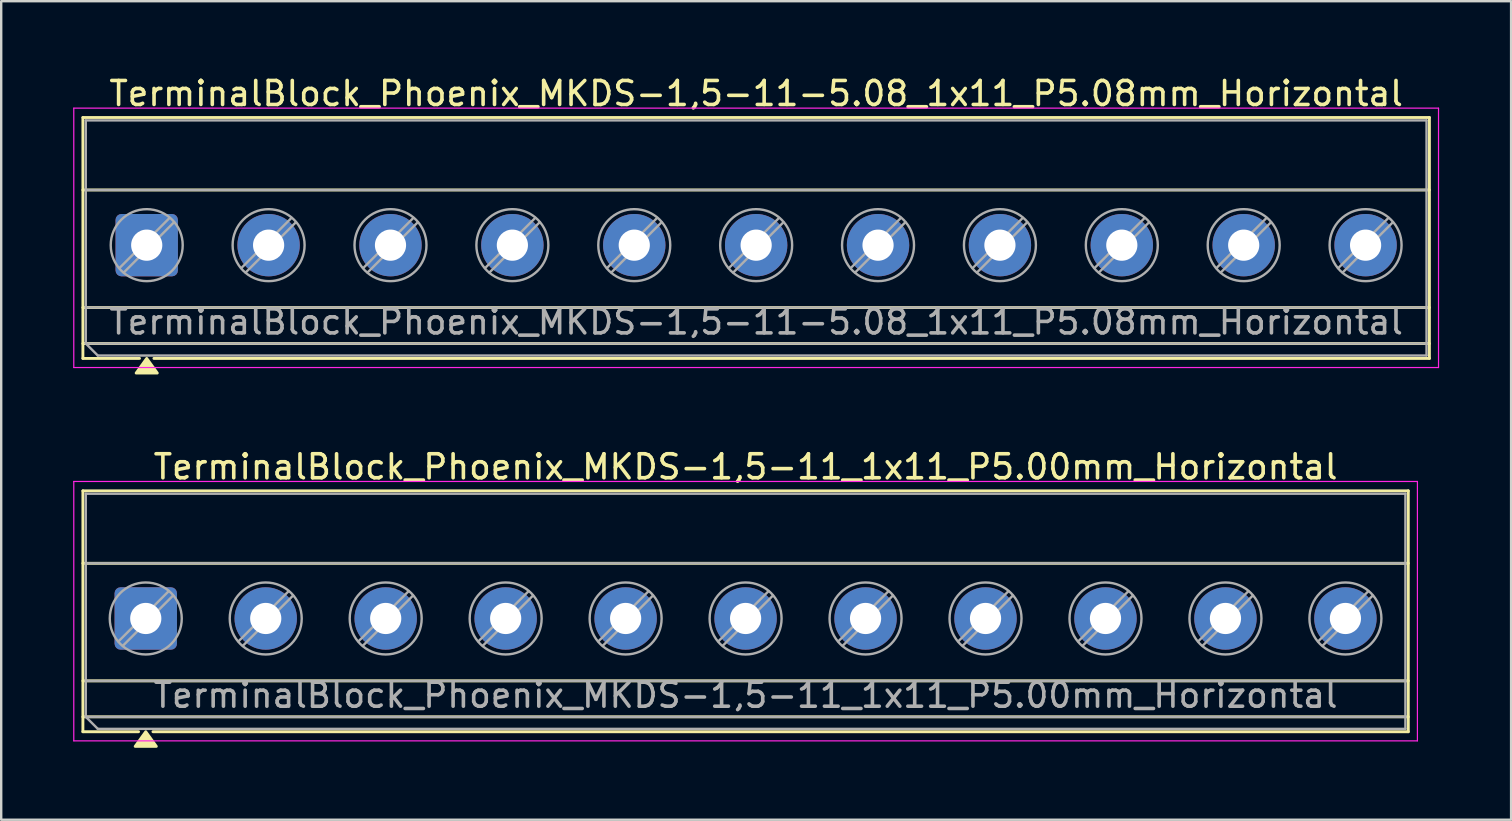
<source format=kicad_pcb>
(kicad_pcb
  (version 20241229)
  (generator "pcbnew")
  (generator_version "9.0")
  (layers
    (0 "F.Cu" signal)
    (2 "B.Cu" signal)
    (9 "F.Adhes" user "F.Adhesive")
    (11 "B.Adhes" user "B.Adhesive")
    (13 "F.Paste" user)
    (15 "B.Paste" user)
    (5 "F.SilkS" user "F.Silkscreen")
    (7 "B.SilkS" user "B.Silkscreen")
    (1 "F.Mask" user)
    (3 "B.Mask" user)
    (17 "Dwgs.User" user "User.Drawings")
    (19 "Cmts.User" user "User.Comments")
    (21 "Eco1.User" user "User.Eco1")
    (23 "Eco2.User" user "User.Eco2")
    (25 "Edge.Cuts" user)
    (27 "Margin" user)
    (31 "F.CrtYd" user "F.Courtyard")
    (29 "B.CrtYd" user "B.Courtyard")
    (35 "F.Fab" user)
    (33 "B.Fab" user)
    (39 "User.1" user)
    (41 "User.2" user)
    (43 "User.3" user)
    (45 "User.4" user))
  (footprint "TerminalBlock_Phoenix_MKDS-1,5-11_1x11_P5.00mm_Horizontal"
    (layer "F.Cu")
    (at 3.025 22.727)
    (property "Reference" "TerminalBlock_Phoenix_MKDS-1,5-11_1x11_P5.00mm_Horizontal" (at 25 -6.32 0) (layer "F.SilkS") (effects (font (size 1 1) (thickness 0.15))))
    (attr through_hole)
    (fp_line (start -2.62 -5.32) (end -2.62 4.72) (stroke (width 0.12) (type solid)) (layer "F.SilkS"))
    (fp_line (start -2.62 -5.32) (end 52.62 -5.32) (stroke (width 0.12) (type solid)) (layer "F.SilkS"))
    (fp_line (start -2.62 -2.3) (end 52.62 -2.3) (stroke (width 0.12) (type solid)) (layer "F.SilkS"))
    (fp_line (start -2.62 2.6) (end 52.62 2.6) (stroke (width 0.12) (type solid)) (layer "F.SilkS"))
    (fp_line (start -2.62 4.1) (end 52.62 4.1) (stroke (width 0.12) (type solid)) (layer "F.SilkS"))
    (fp_line (start -2.62 4.72) (end -0.3 4.72) (stroke (width 0.12) (type solid)) (layer "F.SilkS"))
    (fp_line (start 0.3 4.72) (end 52.62 4.72) (stroke (width 0.12) (type solid)) (layer "F.SilkS"))
    (fp_line (start 52.62 -5.32) (end 52.62 4.72) (stroke (width 0.12) (type solid)) (layer "F.SilkS"))
    (fp_poly (pts (xy 0 4.72) (xy 0.44 5.33) (xy -0.44 5.33)) (stroke (width 0.12) (type solid)) (fill yes) (layer "F.SilkS"))
    (fp_line (start -3 -5.71) (end -3 5.1) (stroke (width 0.05) (type solid)) (layer "F.CrtYd"))
    (fp_line (start -3 5.1) (end 53 5.1) (stroke (width 0.05) (type solid)) (layer "F.CrtYd"))
    (fp_line (start 53 -5.71) (end -3 -5.71) (stroke (width 0.05) (type solid)) (layer "F.CrtYd"))
    (fp_line (start 53 5.1) (end 53 -5.71) (stroke (width 0.05) (type solid)) (layer "F.CrtYd"))
    (fp_line (start -2.5 -5.2) (end 52.5 -5.2) (stroke (width 0.1) (type solid)) (layer "F.Fab"))
    (fp_line (start -2.5 -2.3) (end 52.5 -2.3) (stroke (width 0.1) (type solid)) (layer "F.Fab"))
    (fp_line (start -2.5 2.6) (end 52.5 2.6) (stroke (width 0.1) (type solid)) (layer "F.Fab"))
    (fp_line (start -2.5 4.1) (end -2.5 -5.2) (stroke (width 0.1) (type solid)) (layer "F.Fab"))
    (fp_line (start -2.5 4.1) (end 52.5 4.1) (stroke (width 0.1) (type solid)) (layer "F.Fab"))
    (fp_line (start -2 4.6) (end -2.5 4.1) (stroke (width 0.1) (type solid)) (layer "F.Fab"))
    (fp_line (start 0.955 -1.138) (end -1.138 0.955) (stroke (width 0.1) (type solid)) (layer "F.Fab"))
    (fp_line (start 1.138 -0.955) (end -0.955 1.138) (stroke (width 0.1) (type solid)) (layer "F.Fab"))
    (fp_line (start 5.955 -1.138) (end 3.862 0.955) (stroke (width 0.1) (type solid)) (layer "F.Fab"))
    (fp_line (start 6.138 -0.955) (end 4.045 1.138) (stroke (width 0.1) (type solid)) (layer "F.Fab"))
    (fp_line (start 10.955 -1.138) (end 8.862 0.955) (stroke (width 0.1) (type solid)) (layer "F.Fab"))
    (fp_line (start 11.138 -0.955) (end 9.045 1.138) (stroke (width 0.1) (type solid)) (layer "F.Fab"))
    (fp_line (start 15.955 -1.138) (end 13.862 0.955) (stroke (width 0.1) (type solid)) (layer "F.Fab"))
    (fp_line (start 16.138 -0.955) (end 14.045 1.138) (stroke (width 0.1) (type solid)) (layer "F.Fab"))
    (fp_line (start 20.955 -1.138) (end 18.862 0.955) (stroke (width 0.1) (type solid)) (layer "F.Fab"))
    (fp_line (start 21.138 -0.955) (end 19.045 1.138) (stroke (width 0.1) (type solid)) (layer "F.Fab"))
    (fp_line (start 25.955 -1.138) (end 23.862 0.955) (stroke (width 0.1) (type solid)) (layer "F.Fab"))
    (fp_line (start 26.138 -0.955) (end 24.045 1.138) (stroke (width 0.1) (type solid)) (layer "F.Fab"))
    (fp_line (start 30.955 -1.138) (end 28.862 0.955) (stroke (width 0.1) (type solid)) (layer "F.Fab"))
    (fp_line (start 31.138 -0.955) (end 29.045 1.138) (stroke (width 0.1) (type solid)) (layer "F.Fab"))
    (fp_line (start 35.955 -1.138) (end 33.862 0.955) (stroke (width 0.1) (type solid)) (layer "F.Fab"))
    (fp_line (start 36.138 -0.955) (end 34.045 1.138) (stroke (width 0.1) (type solid)) (layer "F.Fab"))
    (fp_line (start 40.955 -1.138) (end 38.862 0.955) (stroke (width 0.1) (type solid)) (layer "F.Fab"))
    (fp_line (start 41.138 -0.955) (end 39.045 1.138) (stroke (width 0.1) (type solid)) (layer "F.Fab"))
    (fp_line (start 45.955 -1.138) (end 43.862 0.955) (stroke (width 0.1) (type solid)) (layer "F.Fab"))
    (fp_line (start 46.138 -0.955) (end 44.045 1.138) (stroke (width 0.1) (type solid)) (layer "F.Fab"))
    (fp_line (start 50.955 -1.138) (end 48.862 0.955) (stroke (width 0.1) (type solid)) (layer "F.Fab"))
    (fp_line (start 51.138 -0.955) (end 49.045 1.138) (stroke (width 0.1) (type solid)) (layer "F.Fab"))
    (fp_line (start 52.5 -5.2) (end 52.5 4.6) (stroke (width 0.1) (type solid)) (layer "F.Fab"))
    (fp_line (start 52.5 4.6) (end -2 4.6) (stroke (width 0.1) (type solid)) (layer "F.Fab"))
    (fp_circle (center 0 0) (end 1.5 0) (stroke (width 0.1) (type solid)) (fill no) (layer "F.Fab"))
    (fp_circle (center 5 0) (end 6.5 0) (stroke (width 0.1) (type solid)) (fill no) (layer "F.Fab"))
    (fp_circle (center 10 0) (end 11.5 0) (stroke (width 0.1) (type solid)) (fill no) (layer "F.Fab"))
    (fp_circle (center 15 0) (end 16.5 0) (stroke (width 0.1) (type solid)) (fill no) (layer "F.Fab"))
    (fp_circle (center 20 0) (end 21.5 0) (stroke (width 0.1) (type solid)) (fill no) (layer "F.Fab"))
    (fp_circle (center 25 0) (end 26.5 0) (stroke (width 0.1) (type solid)) (fill no) (layer "F.Fab"))
    (fp_circle (center 30 0) (end 31.5 0) (stroke (width 0.1) (type solid)) (fill no) (layer "F.Fab"))
    (fp_circle (center 35 0) (end 36.5 0) (stroke (width 0.1) (type solid)) (fill no) (layer "F.Fab"))
    (fp_circle (center 40 0) (end 41.5 0) (stroke (width 0.1) (type solid)) (fill no) (layer "F.Fab"))
    (fp_circle (center 45 0) (end 46.5 0) (stroke (width 0.1) (type solid)) (fill no) (layer "F.Fab"))
    (fp_circle (center 50 0) (end 51.5 0) (stroke (width 0.1) (type solid)) (fill no) (layer "F.Fab"))
    (fp_text user "${REFERENCE}" (at 25 3.2 0) (layer "F.Fab") (effects (font (size 1 1) (thickness 0.15))))
    (pad "1" thru_hole roundrect (at 0 0) (size 2.6 2.6) (drill 1.3) (layers "*.Cu" "*.Mask") (roundrect_rratio 0.096))
    (pad "2" thru_hole circle (at 5 0) (size 2.6 2.6) (drill 1.3) (layers "*.Cu" "*.Mask"))
    (pad "3" thru_hole circle (at 10 0) (size 2.6 2.6) (drill 1.3) (layers "*.Cu" "*.Mask"))
    (pad "4" thru_hole circle (at 15 0) (size 2.6 2.6) (drill 1.3) (layers "*.Cu" "*.Mask"))
    (pad "5" thru_hole circle (at 20 0) (size 2.6 2.6) (drill 1.3) (layers "*.Cu" "*.Mask"))
    (pad "6" thru_hole circle (at 25 0) (size 2.6 2.6) (drill 1.3) (layers "*.Cu" "*.Mask"))
    (pad "7" thru_hole circle (at 30 0) (size 2.6 2.6) (drill 1.3) (layers "*.Cu" "*.Mask"))
    (pad "8" thru_hole circle (at 35 0) (size 2.6 2.6) (drill 1.3) (layers "*.Cu" "*.Mask"))
    (pad "9" thru_hole circle (at 40 0) (size 2.6 2.6) (drill 1.3) (layers "*.Cu" "*.Mask"))
    (pad "10" thru_hole circle (at 45 0) (size 2.6 2.6) (drill 1.3) (layers "*.Cu" "*.Mask"))
    (pad "11" thru_hole circle (at 50 0) (size 2.6 2.6) (drill 1.3) (layers "*.Cu" "*.Mask")))
  (footprint "TerminalBlock_Phoenix_MKDS-1,5-11-5.08_1x11_P5.08mm_Horizontal"
    (layer "F.Cu")
    (at 3.065 7.168)
    (property "Reference" "TerminalBlock_Phoenix_MKDS-1,5-11-5.08_1x11_P5.08mm_Horizontal" (at 25.4 -6.32 0) (layer "F.SilkS") (effects (font (size 1 1) (thickness 0.15))))
    (attr through_hole)
    (fp_line (start -2.66 -5.32) (end -2.66 4.72) (stroke (width 0.12) (type solid)) (layer "F.SilkS"))
    (fp_line (start -2.66 -5.32) (end 53.46 -5.32) (stroke (width 0.12) (type solid)) (layer "F.SilkS"))
    (fp_line (start -2.66 -2.3) (end 53.46 -2.3) (stroke (width 0.12) (type solid)) (layer "F.SilkS"))
    (fp_line (start -2.66 2.6) (end 53.46 2.6) (stroke (width 0.12) (type solid)) (layer "F.SilkS"))
    (fp_line (start -2.66 4.1) (end 53.46 4.1) (stroke (width 0.12) (type solid)) (layer "F.SilkS"))
    (fp_line (start -2.66 4.72) (end -0.3 4.72) (stroke (width 0.12) (type solid)) (layer "F.SilkS"))
    (fp_line (start 0.3 4.72) (end 53.46 4.72) (stroke (width 0.12) (type solid)) (layer "F.SilkS"))
    (fp_line (start 53.46 -5.32) (end 53.46 4.72) (stroke (width 0.12) (type solid)) (layer "F.SilkS"))
    (fp_poly (pts (xy 0 4.72) (xy 0.44 5.33) (xy -0.44 5.33)) (stroke (width 0.12) (type solid)) (fill yes) (layer "F.SilkS"))
    (fp_line (start -3.04 -5.71) (end -3.04 5.1) (stroke (width 0.05) (type solid)) (layer "F.CrtYd"))
    (fp_line (start -3.04 5.1) (end 53.84 5.1) (stroke (width 0.05) (type solid)) (layer "F.CrtYd"))
    (fp_line (start 53.84 -5.71) (end -3.04 -5.71) (stroke (width 0.05) (type solid)) (layer "F.CrtYd"))
    (fp_line (start 53.84 5.1) (end 53.84 -5.71) (stroke (width 0.05) (type solid)) (layer "F.CrtYd"))
    (fp_line (start -2.54 -5.2) (end 53.34 -5.2) (stroke (width 0.1) (type solid)) (layer "F.Fab"))
    (fp_line (start -2.54 -2.3) (end 53.34 -2.3) (stroke (width 0.1) (type solid)) (layer "F.Fab"))
    (fp_line (start -2.54 2.6) (end 53.34 2.6) (stroke (width 0.1) (type solid)) (layer "F.Fab"))
    (fp_line (start -2.54 4.1) (end -2.54 -5.2) (stroke (width 0.1) (type solid)) (layer "F.Fab"))
    (fp_line (start -2.54 4.1) (end 53.34 4.1) (stroke (width 0.1) (type solid)) (layer "F.Fab"))
    (fp_line (start -2.04 4.6) (end -2.54 4.1) (stroke (width 0.1) (type solid)) (layer "F.Fab"))
    (fp_line (start 0.955 -1.138) (end -1.138 0.955) (stroke (width 0.1) (type solid)) (layer "F.Fab"))
    (fp_line (start 1.138 -0.955) (end -0.955 1.138) (stroke (width 0.1) (type solid)) (layer "F.Fab"))
    (fp_line (start 6.035 -1.138) (end 3.942 0.955) (stroke (width 0.1) (type solid)) (layer "F.Fab"))
    (fp_line (start 6.218 -0.955) (end 4.125 1.138) (stroke (width 0.1) (type solid)) (layer "F.Fab"))
    (fp_line (start 11.115 -1.138) (end 9.022 0.955) (stroke (width 0.1) (type solid)) (layer "F.Fab"))
    (fp_line (start 11.298 -0.955) (end 9.205 1.138) (stroke (width 0.1) (type solid)) (layer "F.Fab"))
    (fp_line (start 16.195 -1.138) (end 14.102 0.955) (stroke (width 0.1) (type solid)) (layer "F.Fab"))
    (fp_line (start 16.378 -0.955) (end 14.285 1.138) (stroke (width 0.1) (type solid)) (layer "F.Fab"))
    (fp_line (start 21.275 -1.138) (end 19.182 0.955) (stroke (width 0.1) (type solid)) (layer "F.Fab"))
    (fp_line (start 21.458 -0.955) (end 19.365 1.138) (stroke (width 0.1) (type solid)) (layer "F.Fab"))
    (fp_line (start 26.355 -1.138) (end 24.262 0.955) (stroke (width 0.1) (type solid)) (layer "F.Fab"))
    (fp_line (start 26.538 -0.955) (end 24.445 1.138) (stroke (width 0.1) (type solid)) (layer "F.Fab"))
    (fp_line (start 31.435 -1.138) (end 29.342 0.955) (stroke (width 0.1) (type solid)) (layer "F.Fab"))
    (fp_line (start 31.618 -0.955) (end 29.525 1.138) (stroke (width 0.1) (type solid)) (layer "F.Fab"))
    (fp_line (start 36.515 -1.138) (end 34.422 0.955) (stroke (width 0.1) (type solid)) (layer "F.Fab"))
    (fp_line (start 36.698 -0.955) (end 34.605 1.138) (stroke (width 0.1) (type solid)) (layer "F.Fab"))
    (fp_line (start 41.595 -1.138) (end 39.502 0.955) (stroke (width 0.1) (type solid)) (layer "F.Fab"))
    (fp_line (start 41.778 -0.955) (end 39.685 1.138) (stroke (width 0.1) (type solid)) (layer "F.Fab"))
    (fp_line (start 46.675 -1.138) (end 44.582 0.955) (stroke (width 0.1) (type solid)) (layer "F.Fab"))
    (fp_line (start 46.858 -0.955) (end 44.765 1.138) (stroke (width 0.1) (type solid)) (layer "F.Fab"))
    (fp_line (start 51.755 -1.138) (end 49.662 0.955) (stroke (width 0.1) (type solid)) (layer "F.Fab"))
    (fp_line (start 51.938 -0.955) (end 49.845 1.138) (stroke (width 0.1) (type solid)) (layer "F.Fab"))
    (fp_line (start 53.34 -5.2) (end 53.34 4.6) (stroke (width 0.1) (type solid)) (layer "F.Fab"))
    (fp_line (start 53.34 4.6) (end -2.04 4.6) (stroke (width 0.1) (type solid)) (layer "F.Fab"))
    (fp_circle (center 0 0) (end 1.5 0) (stroke (width 0.1) (type solid)) (fill no) (layer "F.Fab"))
    (fp_circle (center 5.08 0) (end 6.58 0) (stroke (width 0.1) (type solid)) (fill no) (layer "F.Fab"))
    (fp_circle (center 10.16 0) (end 11.66 0) (stroke (width 0.1) (type solid)) (fill no) (layer "F.Fab"))
    (fp_circle (center 15.24 0) (end 16.74 0) (stroke (width 0.1) (type solid)) (fill no) (layer "F.Fab"))
    (fp_circle (center 20.32 0) (end 21.82 0) (stroke (width 0.1) (type solid)) (fill no) (layer "F.Fab"))
    (fp_circle (center 25.4 0) (end 26.9 0) (stroke (width 0.1) (type solid)) (fill no) (layer "F.Fab"))
    (fp_circle (center 30.48 0) (end 31.98 0) (stroke (width 0.1) (type solid)) (fill no) (layer "F.Fab"))
    (fp_circle (center 35.56 0) (end 37.06 0) (stroke (width 0.1) (type solid)) (fill no) (layer "F.Fab"))
    (fp_circle (center 40.64 0) (end 42.14 0) (stroke (width 0.1) (type solid)) (fill no) (layer "F.Fab"))
    (fp_circle (center 45.72 0) (end 47.22 0) (stroke (width 0.1) (type solid)) (fill no) (layer "F.Fab"))
    (fp_circle (center 50.8 0) (end 52.3 0) (stroke (width 0.1) (type solid)) (fill no) (layer "F.Fab"))
    (fp_text user "${REFERENCE}" (at 25.4 3.2 0) (layer "F.Fab") (effects (font (size 1 1) (thickness 0.15))))
    (pad "1" thru_hole roundrect (at 0 0) (size 2.6 2.6) (drill 1.3) (layers "*.Cu" "*.Mask") (roundrect_rratio 0.096))
    (pad "2" thru_hole circle (at 5.08 0) (size 2.6 2.6) (drill 1.3) (layers "*.Cu" "*.Mask"))
    (pad "3" thru_hole circle (at 10.16 0) (size 2.6 2.6) (drill 1.3) (layers "*.Cu" "*.Mask"))
    (pad "4" thru_hole circle (at 15.24 0) (size 2.6 2.6) (drill 1.3) (layers "*.Cu" "*.Mask"))
    (pad "5" thru_hole circle (at 20.32 0) (size 2.6 2.6) (drill 1.3) (layers "*.Cu" "*.Mask"))
    (pad "6" thru_hole circle (at 25.4 0) (size 2.6 2.6) (drill 1.3) (layers "*.Cu" "*.Mask"))
    (pad "7" thru_hole circle (at 30.48 0) (size 2.6 2.6) (drill 1.3) (layers "*.Cu" "*.Mask"))
    (pad "8" thru_hole circle (at 35.56 0) (size 2.6 2.6) (drill 1.3) (layers "*.Cu" "*.Mask"))
    (pad "9" thru_hole circle (at 40.64 0) (size 2.6 2.6) (drill 1.3) (layers "*.Cu" "*.Mask"))
    (pad "10" thru_hole circle (at 45.72 0) (size 2.6 2.6) (drill 1.3) (layers "*.Cu" "*.Mask"))
    (pad "11" thru_hole circle (at 50.8 0) (size 2.6 2.6) (drill 1.3) (layers "*.Cu" "*.Mask")))
  (gr_rect
    (start -3 -3)
    (end 59.93 31.116)
    (stroke (width 0.1) (type default))
    (fill no)
    (layer "Edge.Cuts")))
</source>
